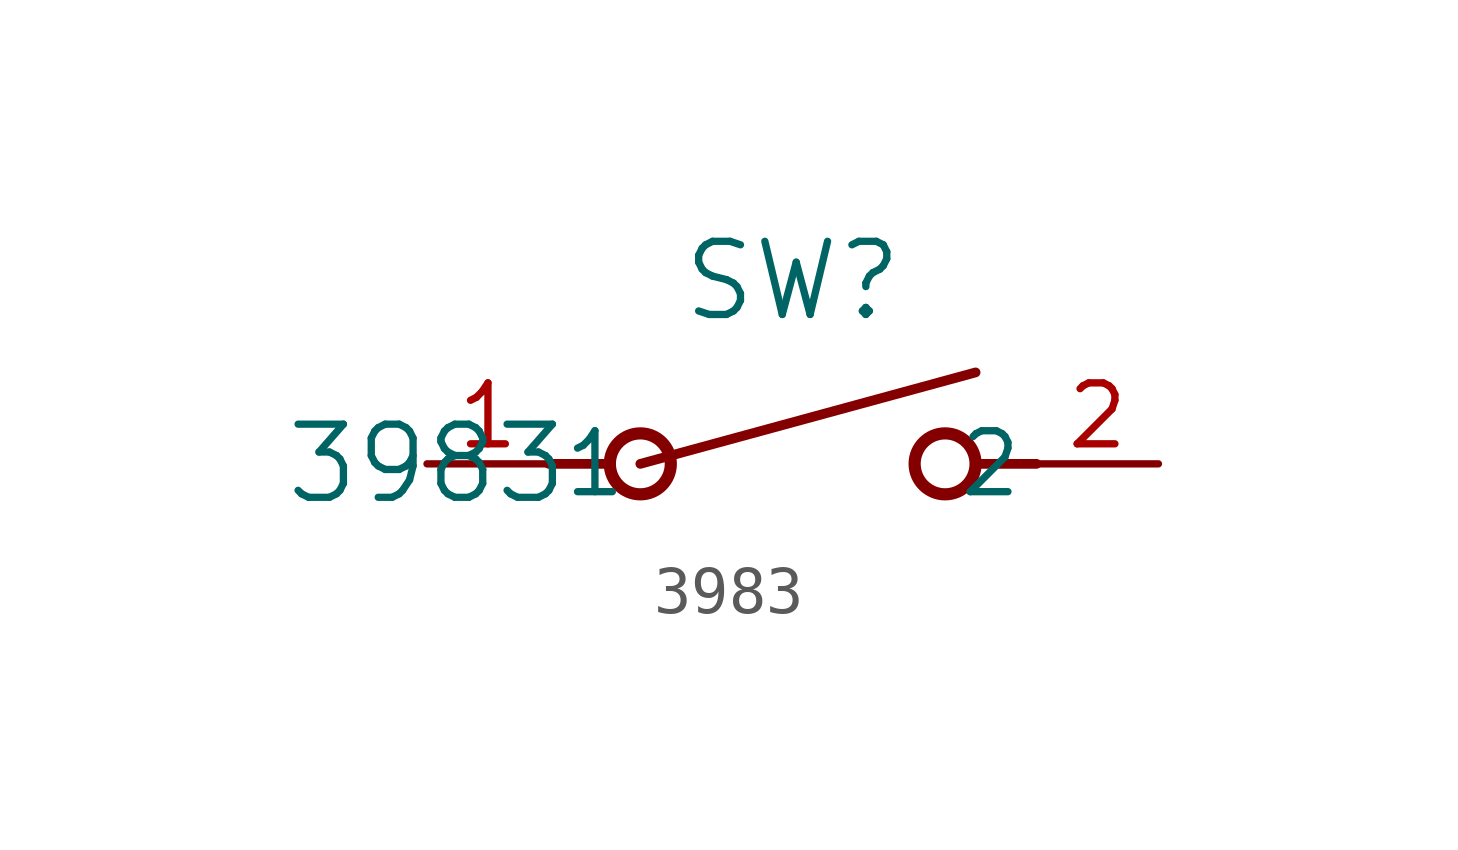
<source format=kicad_sym>
(kicad_symbol_lib
  (version 20211014)
  (generator kicad_symbol_editor)
  (symbol "3983"
    (pin_names
      (offset 0.254))
    (property "Reference" "SW"
      (at 7.62 3.81 0)
      (effects (font (size 1.524 1.524))))
    (property "Value" "3983"
      (at 0 0 0)
      (effects (font (size 1.524 1.524))))
    (symbol "3983_0_1"
      (polyline (pts (xy 2.54 0) (xy 3.81 0)) (stroke (width 0.203) (type default) (color 0 0 0 0)) (fill (type none)))
      (circle (center 10.795 0) (radius 0.635) (stroke (width 0.254) (type default) (color 0 0 0 0)) (fill (type none)))
      (circle (center 4.445 0) (radius 0.635) (stroke (width 0.254) (type default) (color 0 0 0 0)) (fill (type none)))
      (polyline (pts (xy 12.7 0) (xy 11.43 0)) (stroke (width 0.203) (type default) (color 0 0 0 0)) (fill (type none)))
      (polyline (pts (xy 4.445 0) (xy 11.43 1.905)) (stroke (width 0.203) (type default) (color 0 0 0 0)) (fill (type none)))
      (pin unspecified line (at 0 0 0) (length 2.54) (name "1" (effects (font (size 1.27 1.27)))) (number "1" (effects (font (size 1.27 1.27)))))
      (pin unspecified line (at 15.24 0 180) (length 2.54) (name "2" (effects (font (size 1.27 1.27)))) (number "2" (effects (font (size 1.27 1.27))))))))
</source>
